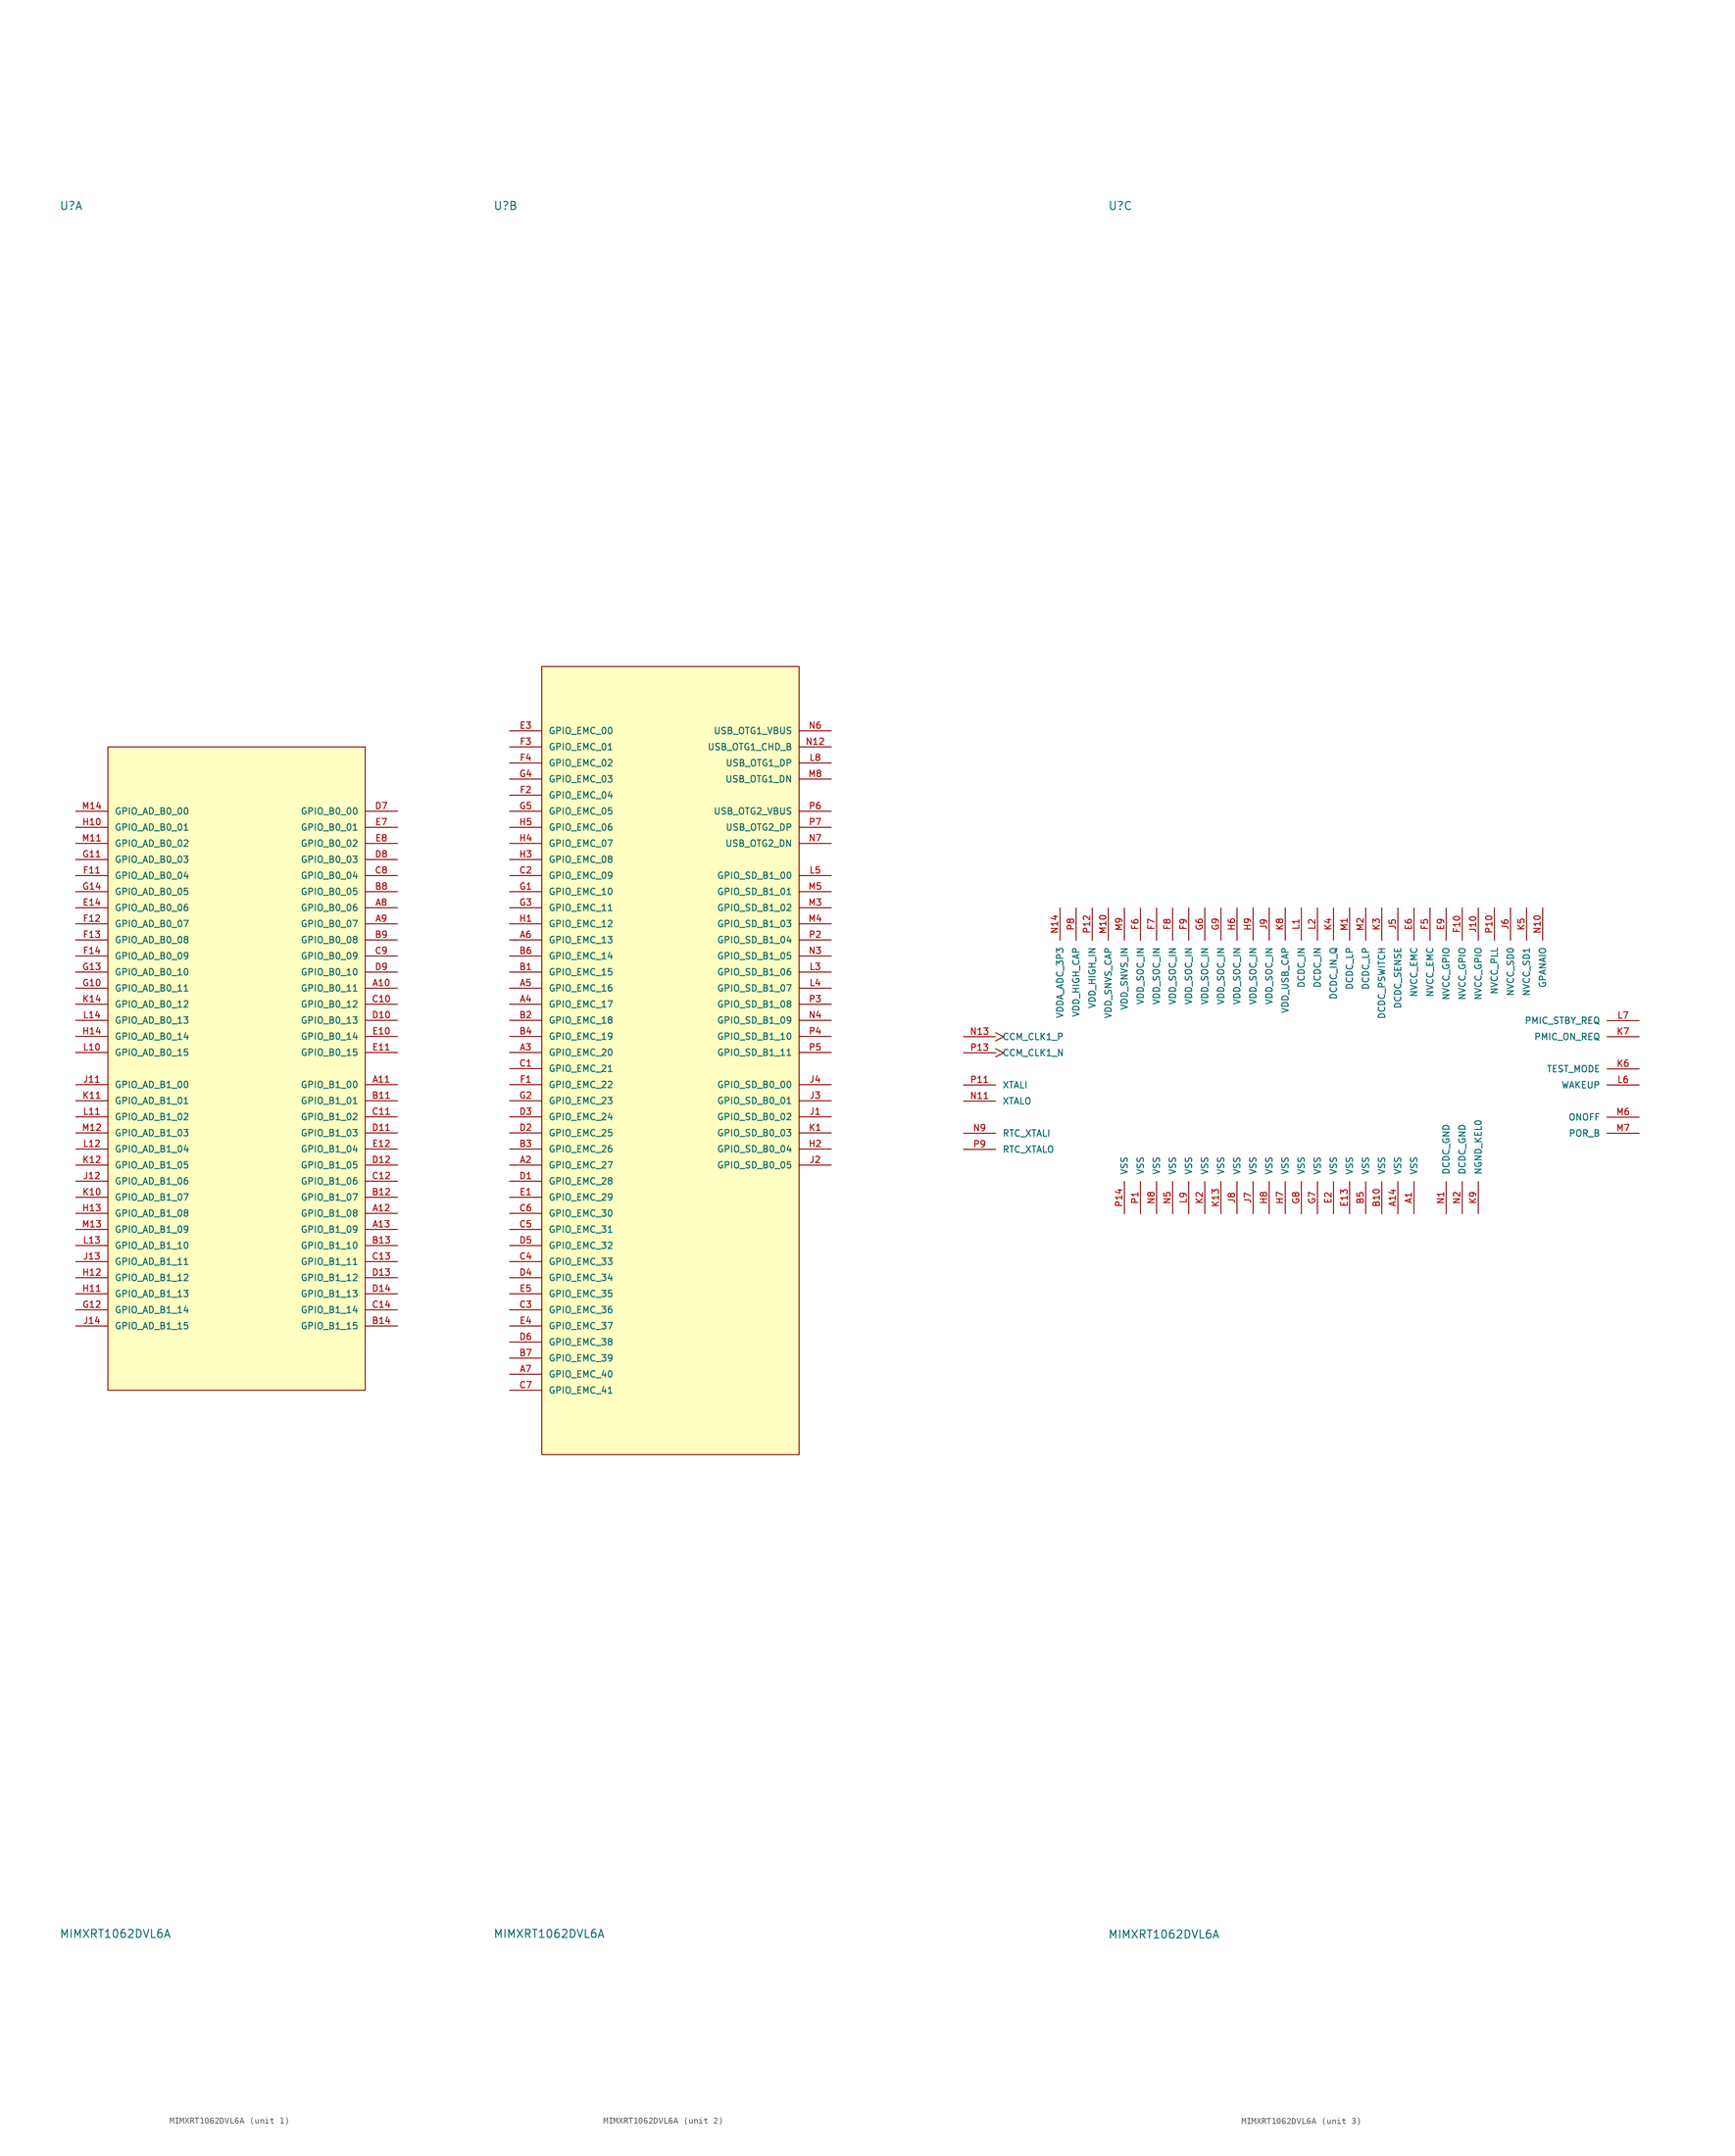
<source format=kicad_sym>
(kicad_symbol_lib
  (version 20201005)
  (generator kicad_symbol_editor)
  (symbol "MCU_NXP_IMXRT:MIMXRT1062DVL6A"
    (pin_names
      (offset 1.016))
    (property "Reference" "U"
      (at -27.991 135.509 0)
      (effects (font (size 1.27 1.27)) (justify left bottom)))
    (property "Value" "MIMXRT1062DVL6A"
      (at -27.991 -137.363 0)
      (effects (font (size 1.27 1.27)) (justify left bottom)))
    (property "ki_locked" ""
      (at 0 0 0)
      (effects (font (size 1.27 1.27))))
    (symbol "MIMXRT1062DVL6A_1_1"
      (rectangle (start -20.32 50.8) (end 20.32 -50.8) (stroke (width 0.152)) (fill (type background)))
      (pin bidirectional line (at 25.4 12.7 180) (length 5.08) (name "GPIO_B0_11" (effects (font (size 1.016 1.016)))) (number "A10" (effects (font (size 1.016 1.016)))))
      (pin bidirectional line (at 25.4 -2.54 180) (length 5.08) (name "GPIO_B1_00" (effects (font (size 1.016 1.016)))) (number "A11" (effects (font (size 1.016 1.016)))))
      (pin bidirectional line (at 25.4 -22.86 180) (length 5.08) (name "GPIO_B1_08" (effects (font (size 1.016 1.016)))) (number "A12" (effects (font (size 1.016 1.016)))))
      (pin bidirectional line (at 25.4 -25.4 180) (length 5.08) (name "GPIO_B1_09" (effects (font (size 1.016 1.016)))) (number "A13" (effects (font (size 1.016 1.016)))))
      (pin bidirectional line (at 25.4 25.4 180) (length 5.08) (name "GPIO_B0_06" (effects (font (size 1.016 1.016)))) (number "A8" (effects (font (size 1.016 1.016)))))
      (pin bidirectional line (at 25.4 22.86 180) (length 5.08) (name "GPIO_B0_07" (effects (font (size 1.016 1.016)))) (number "A9" (effects (font (size 1.016 1.016)))))
      (pin bidirectional line (at 25.4 -5.08 180) (length 5.08) (name "GPIO_B1_01" (effects (font (size 1.016 1.016)))) (number "B11" (effects (font (size 1.016 1.016)))))
      (pin bidirectional line (at 25.4 -20.32 180) (length 5.08) (name "GPIO_B1_07" (effects (font (size 1.016 1.016)))) (number "B12" (effects (font (size 1.016 1.016)))))
      (pin bidirectional line (at 25.4 -27.94 180) (length 5.08) (name "GPIO_B1_10" (effects (font (size 1.016 1.016)))) (number "B13" (effects (font (size 1.016 1.016)))))
      (pin bidirectional line (at 25.4 -40.64 180) (length 5.08) (name "GPIO_B1_15" (effects (font (size 1.016 1.016)))) (number "B14" (effects (font (size 1.016 1.016)))))
      (pin bidirectional line (at 25.4 27.94 180) (length 5.08) (name "GPIO_B0_05" (effects (font (size 1.016 1.016)))) (number "B8" (effects (font (size 1.016 1.016)))))
      (pin bidirectional line (at 25.4 20.32 180) (length 5.08) (name "GPIO_B0_08" (effects (font (size 1.016 1.016)))) (number "B9" (effects (font (size 1.016 1.016)))))
      (pin bidirectional line (at 25.4 10.16 180) (length 5.08) (name "GPIO_B0_12" (effects (font (size 1.016 1.016)))) (number "C10" (effects (font (size 1.016 1.016)))))
      (pin bidirectional line (at 25.4 -7.62 180) (length 5.08) (name "GPIO_B1_02" (effects (font (size 1.016 1.016)))) (number "C11" (effects (font (size 1.016 1.016)))))
      (pin bidirectional line (at 25.4 -17.78 180) (length 5.08) (name "GPIO_B1_06" (effects (font (size 1.016 1.016)))) (number "C12" (effects (font (size 1.016 1.016)))))
      (pin bidirectional line (at 25.4 -30.48 180) (length 5.08) (name "GPIO_B1_11" (effects (font (size 1.016 1.016)))) (number "C13" (effects (font (size 1.016 1.016)))))
      (pin bidirectional line (at 25.4 -38.1 180) (length 5.08) (name "GPIO_B1_14" (effects (font (size 1.016 1.016)))) (number "C14" (effects (font (size 1.016 1.016)))))
      (pin bidirectional line (at 25.4 30.48 180) (length 5.08) (name "GPIO_B0_04" (effects (font (size 1.016 1.016)))) (number "C8" (effects (font (size 1.016 1.016)))))
      (pin bidirectional line (at 25.4 17.78 180) (length 5.08) (name "GPIO_B0_09" (effects (font (size 1.016 1.016)))) (number "C9" (effects (font (size 1.016 1.016)))))
      (pin bidirectional line (at 25.4 7.62 180) (length 5.08) (name "GPIO_B0_13" (effects (font (size 1.016 1.016)))) (number "D10" (effects (font (size 1.016 1.016)))))
      (pin bidirectional line (at 25.4 -10.16 180) (length 5.08) (name "GPIO_B1_03" (effects (font (size 1.016 1.016)))) (number "D11" (effects (font (size 1.016 1.016)))))
      (pin bidirectional line (at 25.4 -15.24 180) (length 5.08) (name "GPIO_B1_05" (effects (font (size 1.016 1.016)))) (number "D12" (effects (font (size 1.016 1.016)))))
      (pin bidirectional line (at 25.4 -33.02 180) (length 5.08) (name "GPIO_B1_12" (effects (font (size 1.016 1.016)))) (number "D13" (effects (font (size 1.016 1.016)))))
      (pin bidirectional line (at 25.4 -35.56 180) (length 5.08) (name "GPIO_B1_13" (effects (font (size 1.016 1.016)))) (number "D14" (effects (font (size 1.016 1.016)))))
      (pin bidirectional line (at 25.4 40.64 180) (length 5.08) (name "GPIO_B0_00" (effects (font (size 1.016 1.016)))) (number "D7" (effects (font (size 1.016 1.016)))))
      (pin bidirectional line (at 25.4 33.02 180) (length 5.08) (name "GPIO_B0_03" (effects (font (size 1.016 1.016)))) (number "D8" (effects (font (size 1.016 1.016)))))
      (pin bidirectional line (at 25.4 15.24 180) (length 5.08) (name "GPIO_B0_10" (effects (font (size 1.016 1.016)))) (number "D9" (effects (font (size 1.016 1.016)))))
      (pin bidirectional line (at 25.4 5.08 180) (length 5.08) (name "GPIO_B0_14" (effects (font (size 1.016 1.016)))) (number "E10" (effects (font (size 1.016 1.016)))))
      (pin bidirectional line (at 25.4 2.54 180) (length 5.08) (name "GPIO_B0_15" (effects (font (size 1.016 1.016)))) (number "E11" (effects (font (size 1.016 1.016)))))
      (pin bidirectional line (at 25.4 -12.7 180) (length 5.08) (name "GPIO_B1_04" (effects (font (size 1.016 1.016)))) (number "E12" (effects (font (size 1.016 1.016)))))
      (pin bidirectional line (at -25.4 25.4 0) (length 5.08) (name "GPIO_AD_B0_06" (effects (font (size 1.016 1.016)))) (number "E14" (effects (font (size 1.016 1.016)))))
      (pin bidirectional line (at 25.4 38.1 180) (length 5.08) (name "GPIO_B0_01" (effects (font (size 1.016 1.016)))) (number "E7" (effects (font (size 1.016 1.016)))))
      (pin bidirectional line (at 25.4 35.56 180) (length 5.08) (name "GPIO_B0_02" (effects (font (size 1.016 1.016)))) (number "E8" (effects (font (size 1.016 1.016)))))
      (pin bidirectional line (at -25.4 30.48 0) (length 5.08) (name "GPIO_AD_B0_04" (effects (font (size 1.016 1.016)))) (number "F11" (effects (font (size 1.016 1.016)))))
      (pin bidirectional line (at -25.4 22.86 0) (length 5.08) (name "GPIO_AD_B0_07" (effects (font (size 1.016 1.016)))) (number "F12" (effects (font (size 1.016 1.016)))))
      (pin bidirectional line (at -25.4 20.32 0) (length 5.08) (name "GPIO_AD_B0_08" (effects (font (size 1.016 1.016)))) (number "F13" (effects (font (size 1.016 1.016)))))
      (pin bidirectional line (at -25.4 17.78 0) (length 5.08) (name "GPIO_AD_B0_09" (effects (font (size 1.016 1.016)))) (number "F14" (effects (font (size 1.016 1.016)))))
      (pin bidirectional line (at -25.4 12.7 0) (length 5.08) (name "GPIO_AD_B0_11" (effects (font (size 1.016 1.016)))) (number "G10" (effects (font (size 1.016 1.016)))))
      (pin bidirectional line (at -25.4 33.02 0) (length 5.08) (name "GPIO_AD_B0_03" (effects (font (size 1.016 1.016)))) (number "G11" (effects (font (size 1.016 1.016)))))
      (pin bidirectional line (at -25.4 -38.1 0) (length 5.08) (name "GPIO_AD_B1_14" (effects (font (size 1.016 1.016)))) (number "G12" (effects (font (size 1.016 1.016)))))
      (pin bidirectional line (at -25.4 15.24 0) (length 5.08) (name "GPIO_AD_B0_10" (effects (font (size 1.016 1.016)))) (number "G13" (effects (font (size 1.016 1.016)))))
      (pin bidirectional line (at -25.4 27.94 0) (length 5.08) (name "GPIO_AD_B0_05" (effects (font (size 1.016 1.016)))) (number "G14" (effects (font (size 1.016 1.016)))))
      (pin bidirectional line (at -25.4 38.1 0) (length 5.08) (name "GPIO_AD_B0_01" (effects (font (size 1.016 1.016)))) (number "H10" (effects (font (size 1.016 1.016)))))
      (pin bidirectional line (at -25.4 -35.56 0) (length 5.08) (name "GPIO_AD_B1_13" (effects (font (size 1.016 1.016)))) (number "H11" (effects (font (size 1.016 1.016)))))
      (pin bidirectional line (at -25.4 -33.02 0) (length 5.08) (name "GPIO_AD_B1_12" (effects (font (size 1.016 1.016)))) (number "H12" (effects (font (size 1.016 1.016)))))
      (pin bidirectional line (at -25.4 -22.86 0) (length 5.08) (name "GPIO_AD_B1_08" (effects (font (size 1.016 1.016)))) (number "H13" (effects (font (size 1.016 1.016)))))
      (pin bidirectional line (at -25.4 5.08 0) (length 5.08) (name "GPIO_AD_B0_14" (effects (font (size 1.016 1.016)))) (number "H14" (effects (font (size 1.016 1.016)))))
      (pin bidirectional line (at -25.4 -2.54 0) (length 5.08) (name "GPIO_AD_B1_00" (effects (font (size 1.016 1.016)))) (number "J11" (effects (font (size 1.016 1.016)))))
      (pin bidirectional line (at -25.4 -17.78 0) (length 5.08) (name "GPIO_AD_B1_06" (effects (font (size 1.016 1.016)))) (number "J12" (effects (font (size 1.016 1.016)))))
      (pin bidirectional line (at -25.4 -30.48 0) (length 5.08) (name "GPIO_AD_B1_11" (effects (font (size 1.016 1.016)))) (number "J13" (effects (font (size 1.016 1.016)))))
      (pin bidirectional line (at -25.4 -40.64 0) (length 5.08) (name "GPIO_AD_B1_15" (effects (font (size 1.016 1.016)))) (number "J14" (effects (font (size 1.016 1.016)))))
      (pin bidirectional line (at -25.4 -20.32 0) (length 5.08) (name "GPIO_AD_B1_07" (effects (font (size 1.016 1.016)))) (number "K10" (effects (font (size 1.016 1.016)))))
      (pin bidirectional line (at -25.4 -5.08 0) (length 5.08) (name "GPIO_AD_B1_01" (effects (font (size 1.016 1.016)))) (number "K11" (effects (font (size 1.016 1.016)))))
      (pin bidirectional line (at -25.4 -15.24 0) (length 5.08) (name "GPIO_AD_B1_05" (effects (font (size 1.016 1.016)))) (number "K12" (effects (font (size 1.016 1.016)))))
      (pin bidirectional line (at -25.4 10.16 0) (length 5.08) (name "GPIO_AD_B0_12" (effects (font (size 1.016 1.016)))) (number "K14" (effects (font (size 1.016 1.016)))))
      (pin bidirectional line (at -25.4 2.54 0) (length 5.08) (name "GPIO_AD_B0_15" (effects (font (size 1.016 1.016)))) (number "L10" (effects (font (size 1.016 1.016)))))
      (pin bidirectional line (at -25.4 -7.62 0) (length 5.08) (name "GPIO_AD_B1_02" (effects (font (size 1.016 1.016)))) (number "L11" (effects (font (size 1.016 1.016)))))
      (pin bidirectional line (at -25.4 -12.7 0) (length 5.08) (name "GPIO_AD_B1_04" (effects (font (size 1.016 1.016)))) (number "L12" (effects (font (size 1.016 1.016)))))
      (pin bidirectional line (at -25.4 -27.94 0) (length 5.08) (name "GPIO_AD_B1_10" (effects (font (size 1.016 1.016)))) (number "L13" (effects (font (size 1.016 1.016)))))
      (pin bidirectional line (at -25.4 7.62 0) (length 5.08) (name "GPIO_AD_B0_13" (effects (font (size 1.016 1.016)))) (number "L14" (effects (font (size 1.016 1.016)))))
      (pin bidirectional line (at -25.4 35.56 0) (length 5.08) (name "GPIO_AD_B0_02" (effects (font (size 1.016 1.016)))) (number "M11" (effects (font (size 1.016 1.016)))))
      (pin bidirectional line (at -25.4 -10.16 0) (length 5.08) (name "GPIO_AD_B1_03" (effects (font (size 1.016 1.016)))) (number "M12" (effects (font (size 1.016 1.016)))))
      (pin bidirectional line (at -25.4 -25.4 0) (length 5.08) (name "GPIO_AD_B1_09" (effects (font (size 1.016 1.016)))) (number "M13" (effects (font (size 1.016 1.016)))))
      (pin bidirectional line (at -25.4 40.64 0) (length 5.08) (name "GPIO_AD_B0_00" (effects (font (size 1.016 1.016)))) (number "M14" (effects (font (size 1.016 1.016))))))
    (symbol "MIMXRT1062DVL6A_2_1"
      (rectangle (start -20.32 63.5) (end 20.32 -60.96) (stroke (width 0.152)) (fill (type background)))
      (pin bidirectional line (at -25.4 -15.24 0) (length 5.08) (name "GPIO_EMC_27" (effects (font (size 1.016 1.016)))) (number "A2" (effects (font (size 1.016 1.016)))))
      (pin bidirectional line (at -25.4 2.54 0) (length 5.08) (name "GPIO_EMC_20" (effects (font (size 1.016 1.016)))) (number "A3" (effects (font (size 1.016 1.016)))))
      (pin bidirectional line (at -25.4 10.16 0) (length 5.08) (name "GPIO_EMC_17" (effects (font (size 1.016 1.016)))) (number "A4" (effects (font (size 1.016 1.016)))))
      (pin bidirectional line (at -25.4 12.7 0) (length 5.08) (name "GPIO_EMC_16" (effects (font (size 1.016 1.016)))) (number "A5" (effects (font (size 1.016 1.016)))))
      (pin bidirectional line (at -25.4 20.32 0) (length 5.08) (name "GPIO_EMC_13" (effects (font (size 1.016 1.016)))) (number "A6" (effects (font (size 1.016 1.016)))))
      (pin bidirectional line (at -25.4 -48.26 0) (length 5.08) (name "GPIO_EMC_40" (effects (font (size 1.016 1.016)))) (number "A7" (effects (font (size 1.016 1.016)))))
      (pin bidirectional line (at -25.4 15.24 0) (length 5.08) (name "GPIO_EMC_15" (effects (font (size 1.016 1.016)))) (number "B1" (effects (font (size 1.016 1.016)))))
      (pin bidirectional line (at -25.4 7.62 0) (length 5.08) (name "GPIO_EMC_18" (effects (font (size 1.016 1.016)))) (number "B2" (effects (font (size 1.016 1.016)))))
      (pin bidirectional line (at -25.4 -12.7 0) (length 5.08) (name "GPIO_EMC_26" (effects (font (size 1.016 1.016)))) (number "B3" (effects (font (size 1.016 1.016)))))
      (pin bidirectional line (at -25.4 5.08 0) (length 5.08) (name "GPIO_EMC_19" (effects (font (size 1.016 1.016)))) (number "B4" (effects (font (size 1.016 1.016)))))
      (pin bidirectional line (at -25.4 17.78 0) (length 5.08) (name "GPIO_EMC_14" (effects (font (size 1.016 1.016)))) (number "B6" (effects (font (size 1.016 1.016)))))
      (pin bidirectional line (at -25.4 -45.72 0) (length 5.08) (name "GPIO_EMC_39" (effects (font (size 1.016 1.016)))) (number "B7" (effects (font (size 1.016 1.016)))))
      (pin bidirectional line (at -25.4 0 0) (length 5.08) (name "GPIO_EMC_21" (effects (font (size 1.016 1.016)))) (number "C1" (effects (font (size 1.016 1.016)))))
      (pin bidirectional line (at -25.4 30.48 0) (length 5.08) (name "GPIO_EMC_09" (effects (font (size 1.016 1.016)))) (number "C2" (effects (font (size 1.016 1.016)))))
      (pin bidirectional line (at -25.4 -38.1 0) (length 5.08) (name "GPIO_EMC_36" (effects (font (size 1.016 1.016)))) (number "C3" (effects (font (size 1.016 1.016)))))
      (pin bidirectional line (at -25.4 -30.48 0) (length 5.08) (name "GPIO_EMC_33" (effects (font (size 1.016 1.016)))) (number "C4" (effects (font (size 1.016 1.016)))))
      (pin bidirectional line (at -25.4 -25.4 0) (length 5.08) (name "GPIO_EMC_31" (effects (font (size 1.016 1.016)))) (number "C5" (effects (font (size 1.016 1.016)))))
      (pin bidirectional line (at -25.4 -22.86 0) (length 5.08) (name "GPIO_EMC_30" (effects (font (size 1.016 1.016)))) (number "C6" (effects (font (size 1.016 1.016)))))
      (pin bidirectional line (at -25.4 -50.8 0) (length 5.08) (name "GPIO_EMC_41" (effects (font (size 1.016 1.016)))) (number "C7" (effects (font (size 1.016 1.016)))))
      (pin bidirectional line (at -25.4 -17.78 0) (length 5.08) (name "GPIO_EMC_28" (effects (font (size 1.016 1.016)))) (number "D1" (effects (font (size 1.016 1.016)))))
      (pin bidirectional line (at -25.4 -10.16 0) (length 5.08) (name "GPIO_EMC_25" (effects (font (size 1.016 1.016)))) (number "D2" (effects (font (size 1.016 1.016)))))
      (pin bidirectional line (at -25.4 -7.62 0) (length 5.08) (name "GPIO_EMC_24" (effects (font (size 1.016 1.016)))) (number "D3" (effects (font (size 1.016 1.016)))))
      (pin bidirectional line (at -25.4 -33.02 0) (length 5.08) (name "GPIO_EMC_34" (effects (font (size 1.016 1.016)))) (number "D4" (effects (font (size 1.016 1.016)))))
      (pin bidirectional line (at -25.4 -27.94 0) (length 5.08) (name "GPIO_EMC_32" (effects (font (size 1.016 1.016)))) (number "D5" (effects (font (size 1.016 1.016)))))
      (pin bidirectional line (at -25.4 -43.18 0) (length 5.08) (name "GPIO_EMC_38" (effects (font (size 1.016 1.016)))) (number "D6" (effects (font (size 1.016 1.016)))))
      (pin bidirectional line (at -25.4 -20.32 0) (length 5.08) (name "GPIO_EMC_29" (effects (font (size 1.016 1.016)))) (number "E1" (effects (font (size 1.016 1.016)))))
      (pin bidirectional line (at -25.4 53.34 0) (length 5.08) (name "GPIO_EMC_00" (effects (font (size 1.016 1.016)))) (number "E3" (effects (font (size 1.016 1.016)))))
      (pin bidirectional line (at -25.4 -40.64 0) (length 5.08) (name "GPIO_EMC_37" (effects (font (size 1.016 1.016)))) (number "E4" (effects (font (size 1.016 1.016)))))
      (pin bidirectional line (at -25.4 -35.56 0) (length 5.08) (name "GPIO_EMC_35" (effects (font (size 1.016 1.016)))) (number "E5" (effects (font (size 1.016 1.016)))))
      (pin bidirectional line (at -25.4 -2.54 0) (length 5.08) (name "GPIO_EMC_22" (effects (font (size 1.016 1.016)))) (number "F1" (effects (font (size 1.016 1.016)))))
      (pin bidirectional line (at -25.4 43.18 0) (length 5.08) (name "GPIO_EMC_04" (effects (font (size 1.016 1.016)))) (number "F2" (effects (font (size 1.016 1.016)))))
      (pin bidirectional line (at -25.4 50.8 0) (length 5.08) (name "GPIO_EMC_01" (effects (font (size 1.016 1.016)))) (number "F3" (effects (font (size 1.016 1.016)))))
      (pin bidirectional line (at -25.4 48.26 0) (length 5.08) (name "GPIO_EMC_02" (effects (font (size 1.016 1.016)))) (number "F4" (effects (font (size 1.016 1.016)))))
      (pin bidirectional line (at -25.4 27.94 0) (length 5.08) (name "GPIO_EMC_10" (effects (font (size 1.016 1.016)))) (number "G1" (effects (font (size 1.016 1.016)))))
      (pin bidirectional line (at -25.4 -5.08 0) (length 5.08) (name "GPIO_EMC_23" (effects (font (size 1.016 1.016)))) (number "G2" (effects (font (size 1.016 1.016)))))
      (pin bidirectional line (at -25.4 25.4 0) (length 5.08) (name "GPIO_EMC_11" (effects (font (size 1.016 1.016)))) (number "G3" (effects (font (size 1.016 1.016)))))
      (pin bidirectional line (at -25.4 45.72 0) (length 5.08) (name "GPIO_EMC_03" (effects (font (size 1.016 1.016)))) (number "G4" (effects (font (size 1.016 1.016)))))
      (pin bidirectional line (at -25.4 40.64 0) (length 5.08) (name "GPIO_EMC_05" (effects (font (size 1.016 1.016)))) (number "G5" (effects (font (size 1.016 1.016)))))
      (pin bidirectional line (at -25.4 22.86 0) (length 5.08) (name "GPIO_EMC_12" (effects (font (size 1.016 1.016)))) (number "H1" (effects (font (size 1.016 1.016)))))
      (pin bidirectional line (at 25.4 -12.7 180) (length 5.08) (name "GPIO_SD_B0_04" (effects (font (size 1.016 1.016)))) (number "H2" (effects (font (size 1.016 1.016)))))
      (pin bidirectional line (at -25.4 33.02 0) (length 5.08) (name "GPIO_EMC_08" (effects (font (size 1.016 1.016)))) (number "H3" (effects (font (size 1.016 1.016)))))
      (pin bidirectional line (at -25.4 35.56 0) (length 5.08) (name "GPIO_EMC_07" (effects (font (size 1.016 1.016)))) (number "H4" (effects (font (size 1.016 1.016)))))
      (pin bidirectional line (at -25.4 38.1 0) (length 5.08) (name "GPIO_EMC_06" (effects (font (size 1.016 1.016)))) (number "H5" (effects (font (size 1.016 1.016)))))
      (pin bidirectional line (at 25.4 -7.62 180) (length 5.08) (name "GPIO_SD_B0_02" (effects (font (size 1.016 1.016)))) (number "J1" (effects (font (size 1.016 1.016)))))
      (pin bidirectional line (at 25.4 -15.24 180) (length 5.08) (name "GPIO_SD_B0_05" (effects (font (size 1.016 1.016)))) (number "J2" (effects (font (size 1.016 1.016)))))
      (pin bidirectional line (at 25.4 -5.08 180) (length 5.08) (name "GPIO_SD_B0_01" (effects (font (size 1.016 1.016)))) (number "J3" (effects (font (size 1.016 1.016)))))
      (pin bidirectional line (at 25.4 -2.54 180) (length 5.08) (name "GPIO_SD_B0_00" (effects (font (size 1.016 1.016)))) (number "J4" (effects (font (size 1.016 1.016)))))
      (pin bidirectional line (at 25.4 -10.16 180) (length 5.08) (name "GPIO_SD_B0_03" (effects (font (size 1.016 1.016)))) (number "K1" (effects (font (size 1.016 1.016)))))
      (pin bidirectional line (at 25.4 15.24 180) (length 5.08) (name "GPIO_SD_B1_06" (effects (font (size 1.016 1.016)))) (number "L3" (effects (font (size 1.016 1.016)))))
      (pin bidirectional line (at 25.4 12.7 180) (length 5.08) (name "GPIO_SD_B1_07" (effects (font (size 1.016 1.016)))) (number "L4" (effects (font (size 1.016 1.016)))))
      (pin bidirectional line (at 25.4 30.48 180) (length 5.08) (name "GPIO_SD_B1_00" (effects (font (size 1.016 1.016)))) (number "L5" (effects (font (size 1.016 1.016)))))
      (pin bidirectional line (at 25.4 48.26 180) (length 5.08) (name "USB_OTG1_DP" (effects (font (size 1.016 1.016)))) (number "L8" (effects (font (size 1.016 1.016)))))
      (pin bidirectional line (at 25.4 25.4 180) (length 5.08) (name "GPIO_SD_B1_02" (effects (font (size 1.016 1.016)))) (number "M3" (effects (font (size 1.016 1.016)))))
      (pin bidirectional line (at 25.4 22.86 180) (length 5.08) (name "GPIO_SD_B1_03" (effects (font (size 1.016 1.016)))) (number "M4" (effects (font (size 1.016 1.016)))))
      (pin bidirectional line (at 25.4 27.94 180) (length 5.08) (name "GPIO_SD_B1_01" (effects (font (size 1.016 1.016)))) (number "M5" (effects (font (size 1.016 1.016)))))
      (pin bidirectional line (at 25.4 45.72 180) (length 5.08) (name "USB_OTG1_DN" (effects (font (size 1.016 1.016)))) (number "M8" (effects (font (size 1.016 1.016)))))
      (pin bidirectional line (at 25.4 50.8 180) (length 5.08) (name "USB_OTG1_CHD_B" (effects (font (size 1.016 1.016)))) (number "N12" (effects (font (size 1.016 1.016)))))
      (pin bidirectional line (at 25.4 17.78 180) (length 5.08) (name "GPIO_SD_B1_05" (effects (font (size 1.016 1.016)))) (number "N3" (effects (font (size 1.016 1.016)))))
      (pin bidirectional line (at 25.4 7.62 180) (length 5.08) (name "GPIO_SD_B1_09" (effects (font (size 1.016 1.016)))) (number "N4" (effects (font (size 1.016 1.016)))))
      (pin bidirectional line (at 25.4 53.34 180) (length 5.08) (name "USB_OTG1_VBUS" (effects (font (size 1.016 1.016)))) (number "N6" (effects (font (size 1.016 1.016)))))
      (pin bidirectional line (at 25.4 35.56 180) (length 5.08) (name "USB_OTG2_DN" (effects (font (size 1.016 1.016)))) (number "N7" (effects (font (size 1.016 1.016)))))
      (pin bidirectional line (at 25.4 20.32 180) (length 5.08) (name "GPIO_SD_B1_04" (effects (font (size 1.016 1.016)))) (number "P2" (effects (font (size 1.016 1.016)))))
      (pin bidirectional line (at 25.4 10.16 180) (length 5.08) (name "GPIO_SD_B1_08" (effects (font (size 1.016 1.016)))) (number "P3" (effects (font (size 1.016 1.016)))))
      (pin bidirectional line (at 25.4 5.08 180) (length 5.08) (name "GPIO_SD_B1_10" (effects (font (size 1.016 1.016)))) (number "P4" (effects (font (size 1.016 1.016)))))
      (pin bidirectional line (at 25.4 2.54 180) (length 5.08) (name "GPIO_SD_B1_11" (effects (font (size 1.016 1.016)))) (number "P5" (effects (font (size 1.016 1.016)))))
      (pin bidirectional line (at 25.4 40.64 180) (length 5.08) (name "USB_OTG2_VBUS" (effects (font (size 1.016 1.016)))) (number "P6" (effects (font (size 1.016 1.016)))))
      (pin bidirectional line (at 25.4 38.1 180) (length 5.08) (name "USB_OTG2_DP" (effects (font (size 1.016 1.016)))) (number "P7" (effects (font (size 1.016 1.016))))))
    (symbol "MIMXRT1062DVL6A_3_1"
      (pin power_in line (at 20.32 -22.86 90) (length 5.08) (name "VSS" (effects (font (size 1.016 1.016)))) (number "A1" (effects (font (size 1.016 1.016)))))
      (pin power_in line (at 17.78 -22.86 90) (length 5.08) (name "VSS" (effects (font (size 1.016 1.016)))) (number "A14" (effects (font (size 1.016 1.016)))))
      (pin power_in line (at 15.24 -22.86 90) (length 5.08) (name "VSS" (effects (font (size 1.016 1.016)))) (number "B10" (effects (font (size 1.016 1.016)))))
      (pin power_in line (at 12.7 -22.86 90) (length 5.08) (name "VSS" (effects (font (size 1.016 1.016)))) (number "B5" (effects (font (size 1.016 1.016)))))
      (pin power_in line (at 10.16 -22.86 90) (length 5.08) (name "VSS" (effects (font (size 1.016 1.016)))) (number "E13" (effects (font (size 1.016 1.016)))))
      (pin power_in line (at 7.62 -22.86 90) (length 5.08) (name "VSS" (effects (font (size 1.016 1.016)))) (number "E2" (effects (font (size 1.016 1.016)))))
      (pin power_in line (at 20.32 25.4 270) (length 5.08) (name "NVCC_EMC" (effects (font (size 1.016 1.016)))) (number "E6" (effects (font (size 1.016 1.016)))))
      (pin power_in line (at 25.4 25.4 270) (length 5.08) (name "NVCC_GPIO" (effects (font (size 1.016 1.016)))) (number "E9" (effects (font (size 1.016 1.016)))))
      (pin power_in line (at 27.94 25.4 270) (length 5.08) (name "NVCC_GPIO" (effects (font (size 1.016 1.016)))) (number "F10" (effects (font (size 1.016 1.016)))))
      (pin power_in line (at 22.86 25.4 270) (length 5.08) (name "NVCC_EMC" (effects (font (size 1.016 1.016)))) (number "F5" (effects (font (size 1.016 1.016)))))
      (pin power_in line (at -22.86 25.4 270) (length 5.08) (name "VDD_SOC_IN" (effects (font (size 1.016 1.016)))) (number "F6" (effects (font (size 1.016 1.016)))))
      (pin power_in line (at -20.32 25.4 270) (length 5.08) (name "VDD_SOC_IN" (effects (font (size 1.016 1.016)))) (number "F7" (effects (font (size 1.016 1.016)))))
      (pin power_in line (at -17.78 25.4 270) (length 5.08) (name "VDD_SOC_IN" (effects (font (size 1.016 1.016)))) (number "F8" (effects (font (size 1.016 1.016)))))
      (pin power_in line (at -15.24 25.4 270) (length 5.08) (name "VDD_SOC_IN" (effects (font (size 1.016 1.016)))) (number "F9" (effects (font (size 1.016 1.016)))))
      (pin power_in line (at -12.7 25.4 270) (length 5.08) (name "VDD_SOC_IN" (effects (font (size 1.016 1.016)))) (number "G6" (effects (font (size 1.016 1.016)))))
      (pin power_in line (at 5.08 -22.86 90) (length 5.08) (name "VSS" (effects (font (size 1.016 1.016)))) (number "G7" (effects (font (size 1.016 1.016)))))
      (pin power_in line (at 2.54 -22.86 90) (length 5.08) (name "VSS" (effects (font (size 1.016 1.016)))) (number "G8" (effects (font (size 1.016 1.016)))))
      (pin power_in line (at -10.16 25.4 270) (length 5.08) (name "VDD_SOC_IN" (effects (font (size 1.016 1.016)))) (number "G9" (effects (font (size 1.016 1.016)))))
      (pin power_in line (at -7.62 25.4 270) (length 5.08) (name "VDD_SOC_IN" (effects (font (size 1.016 1.016)))) (number "H6" (effects (font (size 1.016 1.016)))))
      (pin power_in line (at 0 -22.86 90) (length 5.08) (name "VSS" (effects (font (size 1.016 1.016)))) (number "H7" (effects (font (size 1.016 1.016)))))
      (pin power_in line (at -2.54 -22.86 90) (length 5.08) (name "VSS" (effects (font (size 1.016 1.016)))) (number "H8" (effects (font (size 1.016 1.016)))))
      (pin power_in line (at -5.08 25.4 270) (length 5.08) (name "VDD_SOC_IN" (effects (font (size 1.016 1.016)))) (number "H9" (effects (font (size 1.016 1.016)))))
      (pin power_in line (at 30.48 25.4 270) (length 5.08) (name "NVCC_GPIO" (effects (font (size 1.016 1.016)))) (number "J10" (effects (font (size 1.016 1.016)))))
      (pin power_in line (at 17.78 25.4 270) (length 5.08) (name "DCDC_SENSE" (effects (font (size 1.016 1.016)))) (number "J5" (effects (font (size 1.016 1.016)))))
      (pin power_in line (at 35.56 25.4 270) (length 5.08) (name "NVCC_SD0" (effects (font (size 1.016 1.016)))) (number "J6" (effects (font (size 1.016 1.016)))))
      (pin power_in line (at -5.08 -22.86 90) (length 5.08) (name "VSS" (effects (font (size 1.016 1.016)))) (number "J7" (effects (font (size 1.016 1.016)))))
      (pin power_in line (at -7.62 -22.86 90) (length 5.08) (name "VSS" (effects (font (size 1.016 1.016)))) (number "J8" (effects (font (size 1.016 1.016)))))
      (pin power_in line (at -2.54 25.4 270) (length 5.08) (name "VDD_SOC_IN" (effects (font (size 1.016 1.016)))) (number "J9" (effects (font (size 1.016 1.016)))))
      (pin power_in line (at -10.16 -22.86 90) (length 5.08) (name "VSS" (effects (font (size 1.016 1.016)))) (number "K13" (effects (font (size 1.016 1.016)))))
      (pin power_in line (at -12.7 -22.86 90) (length 5.08) (name "VSS" (effects (font (size 1.016 1.016)))) (number "K2" (effects (font (size 1.016 1.016)))))
      (pin power_in line (at 15.24 25.4 270) (length 5.08) (name "DCDC_PSWITCH" (effects (font (size 1.016 1.016)))) (number "K3" (effects (font (size 1.016 1.016)))))
      (pin power_in line (at 7.62 25.4 270) (length 5.08) (name "DCDC_IN_Q" (effects (font (size 1.016 1.016)))) (number "K4" (effects (font (size 1.016 1.016)))))
      (pin power_in line (at 38.1 25.4 270) (length 5.08) (name "NVCC_SD1" (effects (font (size 1.016 1.016)))) (number "K5" (effects (font (size 1.016 1.016)))))
      (pin input line (at 55.88 0 180) (length 5.08) (name "TEST_MODE" (effects (font (size 1.016 1.016)))) (number "K6" (effects (font (size 1.016 1.016)))))
      (pin output line (at 55.88 5.08 180) (length 5.08) (name "PMIC_ON_REQ" (effects (font (size 1.016 1.016)))) (number "K7" (effects (font (size 1.016 1.016)))))
      (pin power_in line (at 0 25.4 270) (length 5.08) (name "VDD_USB_CAP" (effects (font (size 1.016 1.016)))) (number "K8" (effects (font (size 1.016 1.016)))))
      (pin power_in line (at 30.48 -22.86 90) (length 5.08) (name "NGND_KEL0" (effects (font (size 1.016 1.016)))) (number "K9" (effects (font (size 1.016 1.016)))))
      (pin power_in line (at 2.54 25.4 270) (length 5.08) (name "DCDC_IN" (effects (font (size 1.016 1.016)))) (number "L1" (effects (font (size 1.016 1.016)))))
      (pin power_in line (at 5.08 25.4 270) (length 5.08) (name "DCDC_IN" (effects (font (size 1.016 1.016)))) (number "L2" (effects (font (size 1.016 1.016)))))
      (pin input line (at 55.88 -2.54 180) (length 5.08) (name "WAKEUP" (effects (font (size 1.016 1.016)))) (number "L6" (effects (font (size 1.016 1.016)))))
      (pin output line (at 55.88 7.62 180) (length 5.08) (name "PMIC_STBY_REQ" (effects (font (size 1.016 1.016)))) (number "L7" (effects (font (size 1.016 1.016)))))
      (pin power_in line (at -15.24 -22.86 90) (length 5.08) (name "VSS" (effects (font (size 1.016 1.016)))) (number "L9" (effects (font (size 1.016 1.016)))))
      (pin power_in line (at 10.16 25.4 270) (length 5.08) (name "DCDC_LP" (effects (font (size 1.016 1.016)))) (number "M1" (effects (font (size 1.016 1.016)))))
      (pin power_in line (at -27.94 25.4 270) (length 5.08) (name "VDD_SNVS_CAP" (effects (font (size 1.016 1.016)))) (number "M10" (effects (font (size 1.016 1.016)))))
      (pin power_in line (at 12.7 25.4 270) (length 5.08) (name "DCDC_LP" (effects (font (size 1.016 1.016)))) (number "M2" (effects (font (size 1.016 1.016)))))
      (pin input line (at 55.88 -7.62 180) (length 5.08) (name "ONOFF" (effects (font (size 1.016 1.016)))) (number "M6" (effects (font (size 1.016 1.016)))))
      (pin input line (at 55.88 -10.16 180) (length 5.08) (name "POR_B" (effects (font (size 1.016 1.016)))) (number "M7" (effects (font (size 1.016 1.016)))))
      (pin power_in line (at -25.4 25.4 270) (length 5.08) (name "VDD_SNVS_IN" (effects (font (size 1.016 1.016)))) (number "M9" (effects (font (size 1.016 1.016)))))
      (pin power_in line (at 25.4 -22.86 90) (length 5.08) (name "DCDC_GND" (effects (font (size 1.016 1.016)))) (number "N1" (effects (font (size 1.016 1.016)))))
      (pin power_in line (at 40.64 25.4 270) (length 5.08) (name "GPANAIO" (effects (font (size 1.016 1.016)))) (number "N10" (effects (font (size 1.016 1.016)))))
      (pin output line (at -50.8 -5.08 0) (length 5.08) (name "XTALO" (effects (font (size 1.016 1.016)))) (number "N11" (effects (font (size 1.016 1.016)))))
      (pin input clock (at -50.8 5.08 0) (length 5.08) (name "CCM_CLK1_P" (effects (font (size 1.016 1.016)))) (number "N13" (effects (font (size 1.016 1.016)))))
      (pin power_in line (at -35.56 25.4 270) (length 5.08) (name "VDDA_ADC_3P3" (effects (font (size 1.016 1.016)))) (number "N14" (effects (font (size 1.016 1.016)))))
      (pin power_in line (at 27.94 -22.86 90) (length 5.08) (name "DCDC_GND" (effects (font (size 1.016 1.016)))) (number "N2" (effects (font (size 1.016 1.016)))))
      (pin power_in line (at -17.78 -22.86 90) (length 5.08) (name "VSS" (effects (font (size 1.016 1.016)))) (number "N5" (effects (font (size 1.016 1.016)))))
      (pin power_in line (at -20.32 -22.86 90) (length 5.08) (name "VSS" (effects (font (size 1.016 1.016)))) (number "N8" (effects (font (size 1.016 1.016)))))
      (pin input line (at -50.8 -10.16 0) (length 5.08) (name "RTC_XTALI" (effects (font (size 1.016 1.016)))) (number "N9" (effects (font (size 1.016 1.016)))))
      (pin power_in line (at -22.86 -22.86 90) (length 5.08) (name "VSS" (effects (font (size 1.016 1.016)))) (number "P1" (effects (font (size 1.016 1.016)))))
      (pin power_in line (at 33.02 25.4 270) (length 5.08) (name "NVCC_PLL" (effects (font (size 1.016 1.016)))) (number "P10" (effects (font (size 1.016 1.016)))))
      (pin input line (at -50.8 -2.54 0) (length 5.08) (name "XTALI" (effects (font (size 1.016 1.016)))) (number "P11" (effects (font (size 1.016 1.016)))))
      (pin power_in line (at -30.48 25.4 270) (length 5.08) (name "VDD_HIGH_IN" (effects (font (size 1.016 1.016)))) (number "P12" (effects (font (size 1.016 1.016)))))
      (pin input clock (at -50.8 2.54 0) (length 5.08) (name "CCM_CLK1_N" (effects (font (size 1.016 1.016)))) (number "P13" (effects (font (size 1.016 1.016)))))
      (pin power_in line (at -25.4 -22.86 90) (length 5.08) (name "VSS" (effects (font (size 1.016 1.016)))) (number "P14" (effects (font (size 1.016 1.016)))))
      (pin power_in line (at -33.02 25.4 270) (length 5.08) (name "VDD_HIGH_CAP" (effects (font (size 1.016 1.016)))) (number "P8" (effects (font (size 1.016 1.016)))))
      (pin output line (at -50.8 -12.7 0) (length 5.08) (name "RTC_XTALO" (effects (font (size 1.016 1.016)))) (number "P9" (effects (font (size 1.016 1.016))))))))
</source>
